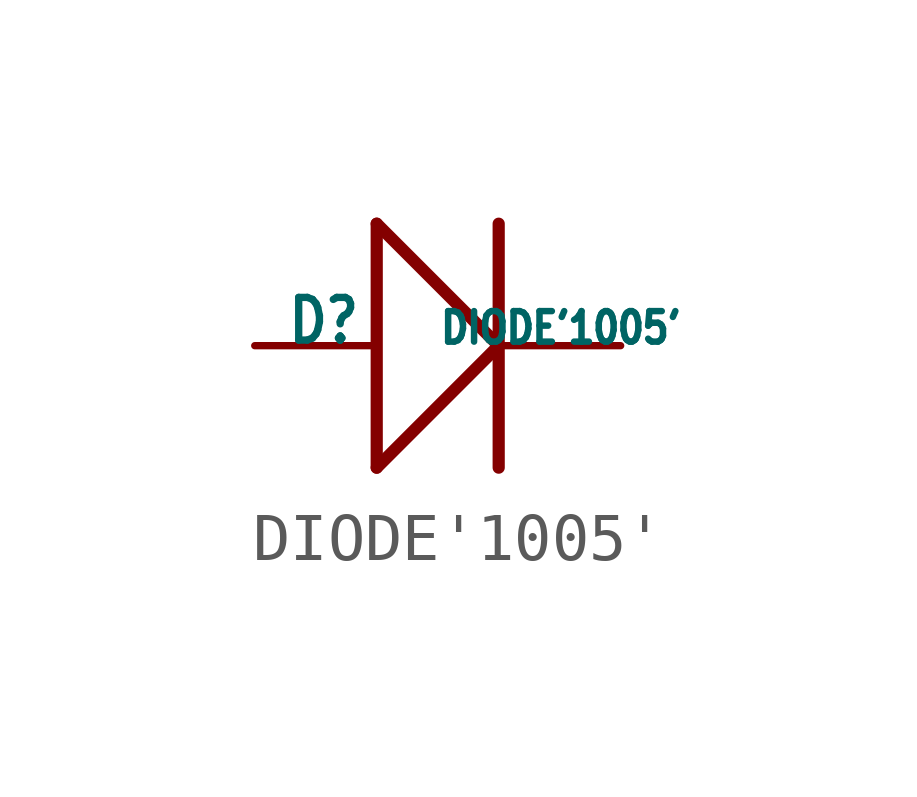
<source format=kicad_sym>
(kicad_symbol_lib
  (version 20211014)
  (generator kicad_symbol_editor)
  (symbol "DIODE'1005'"
    (property "Reference" "D"
      (at -3.175 0 0)
      (effects (font (size 0.889 0.756)) (justify left bottom)))
    (property "Value" "DIODE'1005'"
      (at 0 0 0)
      (effects (font (size 0.635 0.54)) (justify left bottom)))
    (property "ki_locked" ""
      (at 0 0 0)
      (effects (font (size 1.27 1.27))))
    (symbol "DIODE'1005'_1_0"
      (polyline (pts (xy -1.27 -2.54) (xy -1.27 2.54)) (stroke (width 0.254) (type default) (color 0 0 0 0)) (fill (type none)))
      (polyline (pts (xy -1.27 -2.54) (xy 1.27 0)) (stroke (width 0.254) (type default) (color 0 0 0 0)) (fill (type none)))
      (polyline (pts (xy -1.27 2.54) (xy 1.27 0)) (stroke (width 0.254) (type default) (color 0 0 0 0)) (fill (type none)))
      (polyline (pts (xy 1.27 2.54) (xy 1.27 -2.54)) (stroke (width 0.254) (type default) (color 0 0 0 0)) (fill (type none)))
      (pin passive line (at -3.81 0 0) (length 2.54) (name "+" (effects (font (size 0 0)))) (number "+" (effects (font (size 0 0)))))
      (pin passive line (at 3.81 0 180) (length 2.54) (name "-" (effects (font (size 0 0)))) (number "-" (effects (font (size 0 0))))))))
</source>
